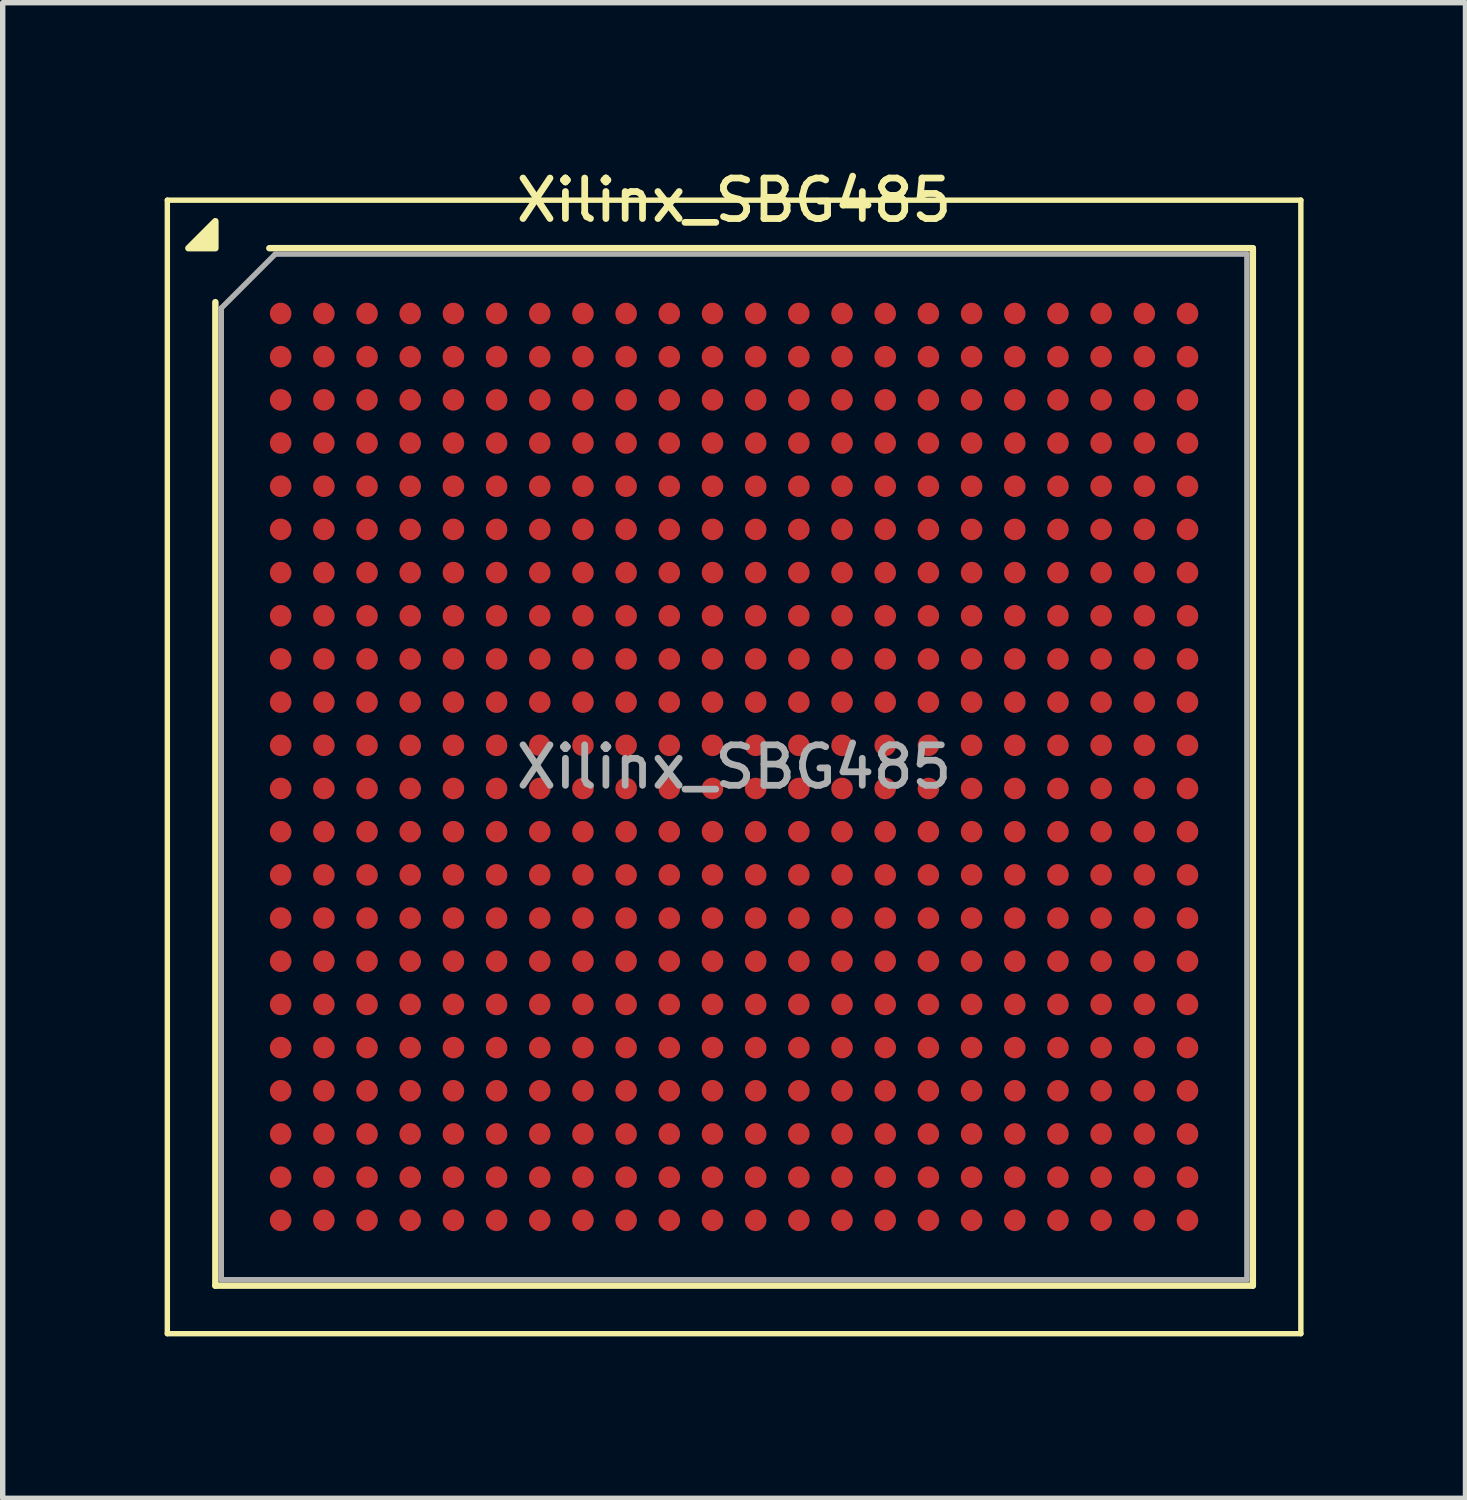
<source format=kicad_pcb>
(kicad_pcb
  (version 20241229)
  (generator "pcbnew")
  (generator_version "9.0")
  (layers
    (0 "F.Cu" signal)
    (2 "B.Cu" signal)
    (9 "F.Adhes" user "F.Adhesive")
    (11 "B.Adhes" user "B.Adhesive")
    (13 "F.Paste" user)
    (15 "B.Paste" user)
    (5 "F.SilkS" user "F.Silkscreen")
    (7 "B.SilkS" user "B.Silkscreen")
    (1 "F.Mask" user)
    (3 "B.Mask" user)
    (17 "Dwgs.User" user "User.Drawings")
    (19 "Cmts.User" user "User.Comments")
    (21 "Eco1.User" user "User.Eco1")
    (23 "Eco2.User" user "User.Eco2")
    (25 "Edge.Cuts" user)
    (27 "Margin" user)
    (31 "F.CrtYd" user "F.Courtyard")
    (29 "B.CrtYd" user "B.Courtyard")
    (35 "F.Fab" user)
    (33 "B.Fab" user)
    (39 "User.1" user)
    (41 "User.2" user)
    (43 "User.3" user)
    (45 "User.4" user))
  (footprint "Xilinx_SBG485"
    (layer "F.Cu")
    (at 10.55 11.158)
    (property "Reference" "Xilinx_SBG485" (at 0 -10.5 0) (layer "F.SilkS") (effects (font (size 0.75 0.75) (thickness 0.125))))
    (attr smd)
    (fp_line (start -10.5 -10.5) (end -10.5 10.5) (stroke (width 0.1) (type solid)) (layer "F.SilkS"))
    (fp_line (start -10.5 10.5) (end 10.5 10.5) (stroke (width 0.1) (type solid)) (layer "F.SilkS"))
    (fp_line (start -9.61 9.61) (end -9.61 -8.61) (stroke (width 0.12) (type solid)) (layer "F.SilkS"))
    (fp_line (start -8.61 -9.61) (end 9.61 -9.61) (stroke (width 0.12) (type solid)) (layer "F.SilkS"))
    (fp_line (start 9.61 -9.61) (end 9.61 9.61) (stroke (width 0.12) (type solid)) (layer "F.SilkS"))
    (fp_line (start 9.61 9.61) (end -9.61 9.61) (stroke (width 0.12) (type solid)) (layer "F.SilkS"))
    (fp_line (start 10.5 -10.5) (end -10.5 -10.5) (stroke (width 0.1) (type solid)) (layer "F.SilkS"))
    (fp_line (start 10.5 10.5) (end 10.5 -10.5) (stroke (width 0.1) (type solid)) (layer "F.SilkS"))
    (fp_poly (pts (xy -9.61 -9.61) (xy -10.11 -9.61) (xy -9.61 -10.11) (xy -9.61 -9.61)) (stroke (width 0.12) (type solid)) (fill yes) (layer "F.SilkS"))
    (fp_line (start -9.5 -8.5) (end -8.5 -9.5) (stroke (width 0.1) (type solid)) (layer "F.Fab"))
    (fp_line (start -9.5 9.5) (end -9.5 -8.5) (stroke (width 0.1) (type solid)) (layer "F.Fab"))
    (fp_line (start -8.5 -9.5) (end 9.5 -9.5) (stroke (width 0.1) (type solid)) (layer "F.Fab"))
    (fp_line (start 9.5 -9.5) (end 9.5 9.5) (stroke (width 0.1) (type solid)) (layer "F.Fab"))
    (fp_line (start 9.5 9.5) (end -9.5 9.5) (stroke (width 0.1) (type solid)) (layer "F.Fab"))
    (fp_text user "${REFERENCE}" (at 0 0 0) (layer "F.Fab") (effects (font (size 0.75 0.75) (thickness 0.125))))
    (pad "A1" smd circle (at -8.4 -8.4) (size 0.4 0.4) (property pad_prop_bga) (layers "F.Cu" "F.Mask" "F.Paste"))
    (pad "A2" smd circle (at -7.6 -8.4) (size 0.4 0.4) (property pad_prop_bga) (layers "F.Cu" "F.Mask" "F.Paste"))
    (pad "A3" smd circle (at -6.8 -8.4) (size 0.4 0.4) (property pad_prop_bga) (layers "F.Cu" "F.Mask" "F.Paste"))
    (pad "A4" smd circle (at -6 -8.4) (size 0.4 0.4) (property pad_prop_bga) (layers "F.Cu" "F.Mask" "F.Paste"))
    (pad "A5" smd circle (at -5.2 -8.4) (size 0.4 0.4) (property pad_prop_bga) (layers "F.Cu" "F.Mask" "F.Paste"))
    (pad "A6" smd circle (at -4.4 -8.4) (size 0.4 0.4) (property pad_prop_bga) (layers "F.Cu" "F.Mask" "F.Paste"))
    (pad "A7" smd circle (at -3.6 -8.4) (size 0.4 0.4) (property pad_prop_bga) (layers "F.Cu" "F.Mask" "F.Paste"))
    (pad "A8" smd circle (at -2.8 -8.4) (size 0.4 0.4) (property pad_prop_bga) (layers "F.Cu" "F.Mask" "F.Paste"))
    (pad "A9" smd circle (at -2 -8.4) (size 0.4 0.4) (property pad_prop_bga) (layers "F.Cu" "F.Mask" "F.Paste"))
    (pad "A10" smd circle (at -1.2 -8.4) (size 0.4 0.4) (property pad_prop_bga) (layers "F.Cu" "F.Mask" "F.Paste"))
    (pad "A11" smd circle (at -0.4 -8.4) (size 0.4 0.4) (property pad_prop_bga) (layers "F.Cu" "F.Mask" "F.Paste"))
    (pad "A12" smd circle (at 0.4 -8.4) (size 0.4 0.4) (property pad_prop_bga) (layers "F.Cu" "F.Mask" "F.Paste"))
    (pad "A13" smd circle (at 1.2 -8.4) (size 0.4 0.4) (property pad_prop_bga) (layers "F.Cu" "F.Mask" "F.Paste"))
    (pad "A14" smd circle (at 2 -8.4) (size 0.4 0.4) (property pad_prop_bga) (layers "F.Cu" "F.Mask" "F.Paste"))
    (pad "A15" smd circle (at 2.8 -8.4) (size 0.4 0.4) (property pad_prop_bga) (layers "F.Cu" "F.Mask" "F.Paste"))
    (pad "A16" smd circle (at 3.6 -8.4) (size 0.4 0.4) (property pad_prop_bga) (layers "F.Cu" "F.Mask" "F.Paste"))
    (pad "A17" smd circle (at 4.4 -8.4) (size 0.4 0.4) (property pad_prop_bga) (layers "F.Cu" "F.Mask" "F.Paste"))
    (pad "A18" smd circle (at 5.2 -8.4) (size 0.4 0.4) (property pad_prop_bga) (layers "F.Cu" "F.Mask" "F.Paste"))
    (pad "A19" smd circle (at 6 -8.4) (size 0.4 0.4) (property pad_prop_bga) (layers "F.Cu" "F.Mask" "F.Paste"))
    (pad "A20" smd circle (at 6.8 -8.4) (size 0.4 0.4) (property pad_prop_bga) (layers "F.Cu" "F.Mask" "F.Paste"))
    (pad "A21" smd circle (at 7.6 -8.4) (size 0.4 0.4) (property pad_prop_bga) (layers "F.Cu" "F.Mask" "F.Paste"))
    (pad "A22" smd circle (at 8.4 -8.4) (size 0.4 0.4) (property pad_prop_bga) (layers "F.Cu" "F.Mask" "F.Paste"))
    (pad "AA1" smd circle (at -8.4 7.6) (size 0.4 0.4) (property pad_prop_bga) (layers "F.Cu" "F.Mask" "F.Paste"))
    (pad "AA2" smd circle (at -7.6 7.6) (size 0.4 0.4) (property pad_prop_bga) (layers "F.Cu" "F.Mask" "F.Paste"))
    (pad "AA3" smd circle (at -6.8 7.6) (size 0.4 0.4) (property pad_prop_bga) (layers "F.Cu" "F.Mask" "F.Paste"))
    (pad "AA4" smd circle (at -6 7.6) (size 0.4 0.4) (property pad_prop_bga) (layers "F.Cu" "F.Mask" "F.Paste"))
    (pad "AA5" smd circle (at -5.2 7.6) (size 0.4 0.4) (property pad_prop_bga) (layers "F.Cu" "F.Mask" "F.Paste"))
    (pad "AA6" smd circle (at -4.4 7.6) (size 0.4 0.4) (property pad_prop_bga) (layers "F.Cu" "F.Mask" "F.Paste"))
    (pad "AA7" smd circle (at -3.6 7.6) (size 0.4 0.4) (property pad_prop_bga) (layers "F.Cu" "F.Mask" "F.Paste"))
    (pad "AA8" smd circle (at -2.8 7.6) (size 0.4 0.4) (property pad_prop_bga) (layers "F.Cu" "F.Mask" "F.Paste"))
    (pad "AA9" smd circle (at -2 7.6) (size 0.4 0.4) (property pad_prop_bga) (layers "F.Cu" "F.Mask" "F.Paste"))
    (pad "AA10" smd circle (at -1.2 7.6) (size 0.4 0.4) (property pad_prop_bga) (layers "F.Cu" "F.Mask" "F.Paste"))
    (pad "AA11" smd circle (at -0.4 7.6) (size 0.4 0.4) (property pad_prop_bga) (layers "F.Cu" "F.Mask" "F.Paste"))
    (pad "AA12" smd circle (at 0.4 7.6) (size 0.4 0.4) (property pad_prop_bga) (layers "F.Cu" "F.Mask" "F.Paste"))
    (pad "AA13" smd circle (at 1.2 7.6) (size 0.4 0.4) (property pad_prop_bga) (layers "F.Cu" "F.Mask" "F.Paste"))
    (pad "AA14" smd circle (at 2 7.6) (size 0.4 0.4) (property pad_prop_bga) (layers "F.Cu" "F.Mask" "F.Paste"))
    (pad "AA15" smd circle (at 2.8 7.6) (size 0.4 0.4) (property pad_prop_bga) (layers "F.Cu" "F.Mask" "F.Paste"))
    (pad "AA16" smd circle (at 3.6 7.6) (size 0.4 0.4) (property pad_prop_bga) (layers "F.Cu" "F.Mask" "F.Paste"))
    (pad "AA17" smd circle (at 4.4 7.6) (size 0.4 0.4) (property pad_prop_bga) (layers "F.Cu" "F.Mask" "F.Paste"))
    (pad "AA18" smd circle (at 5.2 7.6) (size 0.4 0.4) (property pad_prop_bga) (layers "F.Cu" "F.Mask" "F.Paste"))
    (pad "AA19" smd circle (at 6 7.6) (size 0.4 0.4) (property pad_prop_bga) (layers "F.Cu" "F.Mask" "F.Paste"))
    (pad "AA20" smd circle (at 6.8 7.6) (size 0.4 0.4) (property pad_prop_bga) (layers "F.Cu" "F.Mask" "F.Paste"))
    (pad "AA21" smd circle (at 7.6 7.6) (size 0.4 0.4) (property pad_prop_bga) (layers "F.Cu" "F.Mask" "F.Paste"))
    (pad "AA22" smd circle (at 8.4 7.6) (size 0.4 0.4) (property pad_prop_bga) (layers "F.Cu" "F.Mask" "F.Paste"))
    (pad "AB1" smd circle (at -8.4 8.4) (size 0.4 0.4) (property pad_prop_bga) (layers "F.Cu" "F.Mask" "F.Paste"))
    (pad "AB2" smd circle (at -7.6 8.4) (size 0.4 0.4) (property pad_prop_bga) (layers "F.Cu" "F.Mask" "F.Paste"))
    (pad "AB3" smd circle (at -6.8 8.4) (size 0.4 0.4) (property pad_prop_bga) (layers "F.Cu" "F.Mask" "F.Paste"))
    (pad "AB4" smd circle (at -6 8.4) (size 0.4 0.4) (property pad_prop_bga) (layers "F.Cu" "F.Mask" "F.Paste"))
    (pad "AB5" smd circle (at -5.2 8.4) (size 0.4 0.4) (property pad_prop_bga) (layers "F.Cu" "F.Mask" "F.Paste"))
    (pad "AB6" smd circle (at -4.4 8.4) (size 0.4 0.4) (property pad_prop_bga) (layers "F.Cu" "F.Mask" "F.Paste"))
    (pad "AB7" smd circle (at -3.6 8.4) (size 0.4 0.4) (property pad_prop_bga) (layers "F.Cu" "F.Mask" "F.Paste"))
    (pad "AB8" smd circle (at -2.8 8.4) (size 0.4 0.4) (property pad_prop_bga) (layers "F.Cu" "F.Mask" "F.Paste"))
    (pad "AB9" smd circle (at -2 8.4) (size 0.4 0.4) (property pad_prop_bga) (layers "F.Cu" "F.Mask" "F.Paste"))
    (pad "AB10" smd circle (at -1.2 8.4) (size 0.4 0.4) (property pad_prop_bga) (layers "F.Cu" "F.Mask" "F.Paste"))
    (pad "AB11" smd circle (at -0.4 8.4) (size 0.4 0.4) (property pad_prop_bga) (layers "F.Cu" "F.Mask" "F.Paste"))
    (pad "AB12" smd circle (at 0.4 8.4) (size 0.4 0.4) (property pad_prop_bga) (layers "F.Cu" "F.Mask" "F.Paste"))
    (pad "AB13" smd circle (at 1.2 8.4) (size 0.4 0.4) (property pad_prop_bga) (layers "F.Cu" "F.Mask" "F.Paste"))
    (pad "AB14" smd circle (at 2 8.4) (size 0.4 0.4) (property pad_prop_bga) (layers "F.Cu" "F.Mask" "F.Paste"))
    (pad "AB15" smd circle (at 2.8 8.4) (size 0.4 0.4) (property pad_prop_bga) (layers "F.Cu" "F.Mask" "F.Paste"))
    (pad "AB16" smd circle (at 3.6 8.4) (size 0.4 0.4) (property pad_prop_bga) (layers "F.Cu" "F.Mask" "F.Paste"))
    (pad "AB17" smd circle (at 4.4 8.4) (size 0.4 0.4) (property pad_prop_bga) (layers "F.Cu" "F.Mask" "F.Paste"))
    (pad "AB18" smd circle (at 5.2 8.4) (size 0.4 0.4) (property pad_prop_bga) (layers "F.Cu" "F.Mask" "F.Paste"))
    (pad "AB19" smd circle (at 6 8.4) (size 0.4 0.4) (property pad_prop_bga) (layers "F.Cu" "F.Mask" "F.Paste"))
    (pad "AB20" smd circle (at 6.8 8.4) (size 0.4 0.4) (property pad_prop_bga) (layers "F.Cu" "F.Mask" "F.Paste"))
    (pad "AB21" smd circle (at 7.6 8.4) (size 0.4 0.4) (property pad_prop_bga) (layers "F.Cu" "F.Mask" "F.Paste"))
    (pad "AB22" smd circle (at 8.4 8.4) (size 0.4 0.4) (property pad_prop_bga) (layers "F.Cu" "F.Mask" "F.Paste"))
    (pad "B1" smd circle (at -8.4 -7.6) (size 0.4 0.4) (property pad_prop_bga) (layers "F.Cu" "F.Mask" "F.Paste"))
    (pad "B2" smd circle (at -7.6 -7.6) (size 0.4 0.4) (property pad_prop_bga) (layers "F.Cu" "F.Mask" "F.Paste"))
    (pad "B3" smd circle (at -6.8 -7.6) (size 0.4 0.4) (property pad_prop_bga) (layers "F.Cu" "F.Mask" "F.Paste"))
    (pad "B4" smd circle (at -6 -7.6) (size 0.4 0.4) (property pad_prop_bga) (layers "F.Cu" "F.Mask" "F.Paste"))
    (pad "B5" smd circle (at -5.2 -7.6) (size 0.4 0.4) (property pad_prop_bga) (layers "F.Cu" "F.Mask" "F.Paste"))
    (pad "B6" smd circle (at -4.4 -7.6) (size 0.4 0.4) (property pad_prop_bga) (layers "F.Cu" "F.Mask" "F.Paste"))
    (pad "B7" smd circle (at -3.6 -7.6) (size 0.4 0.4) (property pad_prop_bga) (layers "F.Cu" "F.Mask" "F.Paste"))
    (pad "B8" smd circle (at -2.8 -7.6) (size 0.4 0.4) (property pad_prop_bga) (layers "F.Cu" "F.Mask" "F.Paste"))
    (pad "B9" smd circle (at -2 -7.6) (size 0.4 0.4) (property pad_prop_bga) (layers "F.Cu" "F.Mask" "F.Paste"))
    (pad "B10" smd circle (at -1.2 -7.6) (size 0.4 0.4) (property pad_prop_bga) (layers "F.Cu" "F.Mask" "F.Paste"))
    (pad "B11" smd circle (at -0.4 -7.6) (size 0.4 0.4) (property pad_prop_bga) (layers "F.Cu" "F.Mask" "F.Paste"))
    (pad "B12" smd circle (at 0.4 -7.6) (size 0.4 0.4) (property pad_prop_bga) (layers "F.Cu" "F.Mask" "F.Paste"))
    (pad "B13" smd circle (at 1.2 -7.6) (size 0.4 0.4) (property pad_prop_bga) (layers "F.Cu" "F.Mask" "F.Paste"))
    (pad "B14" smd circle (at 2 -7.6) (size 0.4 0.4) (property pad_prop_bga) (layers "F.Cu" "F.Mask" "F.Paste"))
    (pad "B15" smd circle (at 2.8 -7.6) (size 0.4 0.4) (property pad_prop_bga) (layers "F.Cu" "F.Mask" "F.Paste"))
    (pad "B16" smd circle (at 3.6 -7.6) (size 0.4 0.4) (property pad_prop_bga) (layers "F.Cu" "F.Mask" "F.Paste"))
    (pad "B17" smd circle (at 4.4 -7.6) (size 0.4 0.4) (property pad_prop_bga) (layers "F.Cu" "F.Mask" "F.Paste"))
    (pad "B18" smd circle (at 5.2 -7.6) (size 0.4 0.4) (property pad_prop_bga) (layers "F.Cu" "F.Mask" "F.Paste"))
    (pad "B19" smd circle (at 6 -7.6) (size 0.4 0.4) (property pad_prop_bga) (layers "F.Cu" "F.Mask" "F.Paste"))
    (pad "B20" smd circle (at 6.8 -7.6) (size 0.4 0.4) (property pad_prop_bga) (layers "F.Cu" "F.Mask" "F.Paste"))
    (pad "B21" smd circle (at 7.6 -7.6) (size 0.4 0.4) (property pad_prop_bga) (layers "F.Cu" "F.Mask" "F.Paste"))
    (pad "B22" smd circle (at 8.4 -7.6) (size 0.4 0.4) (property pad_prop_bga) (layers "F.Cu" "F.Mask" "F.Paste"))
    (pad "C1" smd circle (at -8.4 -6.8) (size 0.4 0.4) (property pad_prop_bga) (layers "F.Cu" "F.Mask" "F.Paste"))
    (pad "C2" smd circle (at -7.6 -6.8) (size 0.4 0.4) (property pad_prop_bga) (layers "F.Cu" "F.Mask" "F.Paste"))
    (pad "C3" smd circle (at -6.8 -6.8) (size 0.4 0.4) (property pad_prop_bga) (layers "F.Cu" "F.Mask" "F.Paste"))
    (pad "C4" smd circle (at -6 -6.8) (size 0.4 0.4) (property pad_prop_bga) (layers "F.Cu" "F.Mask" "F.Paste"))
    (pad "C5" smd circle (at -5.2 -6.8) (size 0.4 0.4) (property pad_prop_bga) (layers "F.Cu" "F.Mask" "F.Paste"))
    (pad "C6" smd circle (at -4.4 -6.8) (size 0.4 0.4) (property pad_prop_bga) (layers "F.Cu" "F.Mask" "F.Paste"))
    (pad "C7" smd circle (at -3.6 -6.8) (size 0.4 0.4) (property pad_prop_bga) (layers "F.Cu" "F.Mask" "F.Paste"))
    (pad "C8" smd circle (at -2.8 -6.8) (size 0.4 0.4) (property pad_prop_bga) (layers "F.Cu" "F.Mask" "F.Paste"))
    (pad "C9" smd circle (at -2 -6.8) (size 0.4 0.4) (property pad_prop_bga) (layers "F.Cu" "F.Mask" "F.Paste"))
    (pad "C10" smd circle (at -1.2 -6.8) (size 0.4 0.4) (property pad_prop_bga) (layers "F.Cu" "F.Mask" "F.Paste"))
    (pad "C11" smd circle (at -0.4 -6.8) (size 0.4 0.4) (property pad_prop_bga) (layers "F.Cu" "F.Mask" "F.Paste"))
    (pad "C12" smd circle (at 0.4 -6.8) (size 0.4 0.4) (property pad_prop_bga) (layers "F.Cu" "F.Mask" "F.Paste"))
    (pad "C13" smd circle (at 1.2 -6.8) (size 0.4 0.4) (property pad_prop_bga) (layers "F.Cu" "F.Mask" "F.Paste"))
    (pad "C14" smd circle (at 2 -6.8) (size 0.4 0.4) (property pad_prop_bga) (layers "F.Cu" "F.Mask" "F.Paste"))
    (pad "C15" smd circle (at 2.8 -6.8) (size 0.4 0.4) (property pad_prop_bga) (layers "F.Cu" "F.Mask" "F.Paste"))
    (pad "C16" smd circle (at 3.6 -6.8) (size 0.4 0.4) (property pad_prop_bga) (layers "F.Cu" "F.Mask" "F.Paste"))
    (pad "C17" smd circle (at 4.4 -6.8) (size 0.4 0.4) (property pad_prop_bga) (layers "F.Cu" "F.Mask" "F.Paste"))
    (pad "C18" smd circle (at 5.2 -6.8) (size 0.4 0.4) (property pad_prop_bga) (layers "F.Cu" "F.Mask" "F.Paste"))
    (pad "C19" smd circle (at 6 -6.8) (size 0.4 0.4) (property pad_prop_bga) (layers "F.Cu" "F.Mask" "F.Paste"))
    (pad "C20" smd circle (at 6.8 -6.8) (size 0.4 0.4) (property pad_prop_bga) (layers "F.Cu" "F.Mask" "F.Paste"))
    (pad "C21" smd circle (at 7.6 -6.8) (size 0.4 0.4) (property pad_prop_bga) (layers "F.Cu" "F.Mask" "F.Paste"))
    (pad "C22" smd circle (at 8.4 -6.8) (size 0.4 0.4) (property pad_prop_bga) (layers "F.Cu" "F.Mask" "F.Paste"))
    (pad "D1" smd circle (at -8.4 -6) (size 0.4 0.4) (property pad_prop_bga) (layers "F.Cu" "F.Mask" "F.Paste"))
    (pad "D2" smd circle (at -7.6 -6) (size 0.4 0.4) (property pad_prop_bga) (layers "F.Cu" "F.Mask" "F.Paste"))
    (pad "D3" smd circle (at -6.8 -6) (size 0.4 0.4) (property pad_prop_bga) (layers "F.Cu" "F.Mask" "F.Paste"))
    (pad "D4" smd circle (at -6 -6) (size 0.4 0.4) (property pad_prop_bga) (layers "F.Cu" "F.Mask" "F.Paste"))
    (pad "D5" smd circle (at -5.2 -6) (size 0.4 0.4) (property pad_prop_bga) (layers "F.Cu" "F.Mask" "F.Paste"))
    (pad "D6" smd circle (at -4.4 -6) (size 0.4 0.4) (property pad_prop_bga) (layers "F.Cu" "F.Mask" "F.Paste"))
    (pad "D7" smd circle (at -3.6 -6) (size 0.4 0.4) (property pad_prop_bga) (layers "F.Cu" "F.Mask" "F.Paste"))
    (pad "D8" smd circle (at -2.8 -6) (size 0.4 0.4) (property pad_prop_bga) (layers "F.Cu" "F.Mask" "F.Paste"))
    (pad "D9" smd circle (at -2 -6) (size 0.4 0.4) (property pad_prop_bga) (layers "F.Cu" "F.Mask" "F.Paste"))
    (pad "D10" smd circle (at -1.2 -6) (size 0.4 0.4) (property pad_prop_bga) (layers "F.Cu" "F.Mask" "F.Paste"))
    (pad "D11" smd circle (at -0.4 -6) (size 0.4 0.4) (property pad_prop_bga) (layers "F.Cu" "F.Mask" "F.Paste"))
    (pad "D12" smd circle (at 0.4 -6) (size 0.4 0.4) (property pad_prop_bga) (layers "F.Cu" "F.Mask" "F.Paste"))
    (pad "D13" smd circle (at 1.2 -6) (size 0.4 0.4) (property pad_prop_bga) (layers "F.Cu" "F.Mask" "F.Paste"))
    (pad "D14" smd circle (at 2 -6) (size 0.4 0.4) (property pad_prop_bga) (layers "F.Cu" "F.Mask" "F.Paste"))
    (pad "D15" smd circle (at 2.8 -6) (size 0.4 0.4) (property pad_prop_bga) (layers "F.Cu" "F.Mask" "F.Paste"))
    (pad "D16" smd circle (at 3.6 -6) (size 0.4 0.4) (property pad_prop_bga) (layers "F.Cu" "F.Mask" "F.Paste"))
    (pad "D17" smd circle (at 4.4 -6) (size 0.4 0.4) (property pad_prop_bga) (layers "F.Cu" "F.Mask" "F.Paste"))
    (pad "D18" smd circle (at 5.2 -6) (size 0.4 0.4) (property pad_prop_bga) (layers "F.Cu" "F.Mask" "F.Paste"))
    (pad "D19" smd circle (at 6 -6) (size 0.4 0.4) (property pad_prop_bga) (layers "F.Cu" "F.Mask" "F.Paste"))
    (pad "D20" smd circle (at 6.8 -6) (size 0.4 0.4) (property pad_prop_bga) (layers "F.Cu" "F.Mask" "F.Paste"))
    (pad "D21" smd circle (at 7.6 -6) (size 0.4 0.4) (property pad_prop_bga) (layers "F.Cu" "F.Mask" "F.Paste"))
    (pad "D22" smd circle (at 8.4 -6) (size 0.4 0.4) (property pad_prop_bga) (layers "F.Cu" "F.Mask" "F.Paste"))
    (pad "E1" smd circle (at -8.4 -5.2) (size 0.4 0.4) (property pad_prop_bga) (layers "F.Cu" "F.Mask" "F.Paste"))
    (pad "E2" smd circle (at -7.6 -5.2) (size 0.4 0.4) (property pad_prop_bga) (layers "F.Cu" "F.Mask" "F.Paste"))
    (pad "E3" smd circle (at -6.8 -5.2) (size 0.4 0.4) (property pad_prop_bga) (layers "F.Cu" "F.Mask" "F.Paste"))
    (pad "E4" smd circle (at -6 -5.2) (size 0.4 0.4) (property pad_prop_bga) (layers "F.Cu" "F.Mask" "F.Paste"))
    (pad "E5" smd circle (at -5.2 -5.2) (size 0.4 0.4) (property pad_prop_bga) (layers "F.Cu" "F.Mask" "F.Paste"))
    (pad "E6" smd circle (at -4.4 -5.2) (size 0.4 0.4) (property pad_prop_bga) (layers "F.Cu" "F.Mask" "F.Paste"))
    (pad "E7" smd circle (at -3.6 -5.2) (size 0.4 0.4) (property pad_prop_bga) (layers "F.Cu" "F.Mask" "F.Paste"))
    (pad "E8" smd circle (at -2.8 -5.2) (size 0.4 0.4) (property pad_prop_bga) (layers "F.Cu" "F.Mask" "F.Paste"))
    (pad "E9" smd circle (at -2 -5.2) (size 0.4 0.4) (property pad_prop_bga) (layers "F.Cu" "F.Mask" "F.Paste"))
    (pad "E10" smd circle (at -1.2 -5.2) (size 0.4 0.4) (property pad_prop_bga) (layers "F.Cu" "F.Mask" "F.Paste"))
    (pad "E11" smd circle (at -0.4 -5.2) (size 0.4 0.4) (property pad_prop_bga) (layers "F.Cu" "F.Mask" "F.Paste"))
    (pad "E12" smd circle (at 0.4 -5.2) (size 0.4 0.4) (property pad_prop_bga) (layers "F.Cu" "F.Mask" "F.Paste"))
    (pad "E13" smd circle (at 1.2 -5.2) (size 0.4 0.4) (property pad_prop_bga) (layers "F.Cu" "F.Mask" "F.Paste"))
    (pad "E14" smd circle (at 2 -5.2) (size 0.4 0.4) (property pad_prop_bga) (layers "F.Cu" "F.Mask" "F.Paste"))
    (pad "E15" smd circle (at 2.8 -5.2) (size 0.4 0.4) (property pad_prop_bga) (layers "F.Cu" "F.Mask" "F.Paste"))
    (pad "E16" smd circle (at 3.6 -5.2) (size 0.4 0.4) (property pad_prop_bga) (layers "F.Cu" "F.Mask" "F.Paste"))
    (pad "E17" smd circle (at 4.4 -5.2) (size 0.4 0.4) (property pad_prop_bga) (layers "F.Cu" "F.Mask" "F.Paste"))
    (pad "E18" smd circle (at 5.2 -5.2) (size 0.4 0.4) (property pad_prop_bga) (layers "F.Cu" "F.Mask" "F.Paste"))
    (pad "E19" smd circle (at 6 -5.2) (size 0.4 0.4) (property pad_prop_bga) (layers "F.Cu" "F.Mask" "F.Paste"))
    (pad "E20" smd circle (at 6.8 -5.2) (size 0.4 0.4) (property pad_prop_bga) (layers "F.Cu" "F.Mask" "F.Paste"))
    (pad "E21" smd circle (at 7.6 -5.2) (size 0.4 0.4) (property pad_prop_bga) (layers "F.Cu" "F.Mask" "F.Paste"))
    (pad "E22" smd circle (at 8.4 -5.2) (size 0.4 0.4) (property pad_prop_bga) (layers "F.Cu" "F.Mask" "F.Paste"))
    (pad "F1" smd circle (at -8.4 -4.4) (size 0.4 0.4) (property pad_prop_bga) (layers "F.Cu" "F.Mask" "F.Paste"))
    (pad "F2" smd circle (at -7.6 -4.4) (size 0.4 0.4) (property pad_prop_bga) (layers "F.Cu" "F.Mask" "F.Paste"))
    (pad "F3" smd circle (at -6.8 -4.4) (size 0.4 0.4) (property pad_prop_bga) (layers "F.Cu" "F.Mask" "F.Paste"))
    (pad "F4" smd circle (at -6 -4.4) (size 0.4 0.4) (property pad_prop_bga) (layers "F.Cu" "F.Mask" "F.Paste"))
    (pad "F5" smd circle (at -5.2 -4.4) (size 0.4 0.4) (property pad_prop_bga) (layers "F.Cu" "F.Mask" "F.Paste"))
    (pad "F6" smd circle (at -4.4 -4.4) (size 0.4 0.4) (property pad_prop_bga) (layers "F.Cu" "F.Mask" "F.Paste"))
    (pad "F7" smd circle (at -3.6 -4.4) (size 0.4 0.4) (property pad_prop_bga) (layers "F.Cu" "F.Mask" "F.Paste"))
    (pad "F8" smd circle (at -2.8 -4.4) (size 0.4 0.4) (property pad_prop_bga) (layers "F.Cu" "F.Mask" "F.Paste"))
    (pad "F9" smd circle (at -2 -4.4) (size 0.4 0.4) (property pad_prop_bga) (layers "F.Cu" "F.Mask" "F.Paste"))
    (pad "F10" smd circle (at -1.2 -4.4) (size 0.4 0.4) (property pad_prop_bga) (layers "F.Cu" "F.Mask" "F.Paste"))
    (pad "F11" smd circle (at -0.4 -4.4) (size 0.4 0.4) (property pad_prop_bga) (layers "F.Cu" "F.Mask" "F.Paste"))
    (pad "F12" smd circle (at 0.4 -4.4) (size 0.4 0.4) (property pad_prop_bga) (layers "F.Cu" "F.Mask" "F.Paste"))
    (pad "F13" smd circle (at 1.2 -4.4) (size 0.4 0.4) (property pad_prop_bga) (layers "F.Cu" "F.Mask" "F.Paste"))
    (pad "F14" smd circle (at 2 -4.4) (size 0.4 0.4) (property pad_prop_bga) (layers "F.Cu" "F.Mask" "F.Paste"))
    (pad "F15" smd circle (at 2.8 -4.4) (size 0.4 0.4) (property pad_prop_bga) (layers "F.Cu" "F.Mask" "F.Paste"))
    (pad "F16" smd circle (at 3.6 -4.4) (size 0.4 0.4) (property pad_prop_bga) (layers "F.Cu" "F.Mask" "F.Paste"))
    (pad "F17" smd circle (at 4.4 -4.4) (size 0.4 0.4) (property pad_prop_bga) (layers "F.Cu" "F.Mask" "F.Paste"))
    (pad "F18" smd circle (at 5.2 -4.4) (size 0.4 0.4) (property pad_prop_bga) (layers "F.Cu" "F.Mask" "F.Paste"))
    (pad "F19" smd circle (at 6 -4.4) (size 0.4 0.4) (property pad_prop_bga) (layers "F.Cu" "F.Mask" "F.Paste"))
    (pad "F20" smd circle (at 6.8 -4.4) (size 0.4 0.4) (property pad_prop_bga) (layers "F.Cu" "F.Mask" "F.Paste"))
    (pad "F21" smd circle (at 7.6 -4.4) (size 0.4 0.4) (property pad_prop_bga) (layers "F.Cu" "F.Mask" "F.Paste"))
    (pad "F22" smd circle (at 8.4 -4.4) (size 0.4 0.4) (property pad_prop_bga) (layers "F.Cu" "F.Mask" "F.Paste"))
    (pad "G1" smd circle (at -8.4 -3.6) (size 0.4 0.4) (property pad_prop_bga) (layers "F.Cu" "F.Mask" "F.Paste"))
    (pad "G2" smd circle (at -7.6 -3.6) (size 0.4 0.4) (property pad_prop_bga) (layers "F.Cu" "F.Mask" "F.Paste"))
    (pad "G3" smd circle (at -6.8 -3.6) (size 0.4 0.4) (property pad_prop_bga) (layers "F.Cu" "F.Mask" "F.Paste"))
    (pad "G4" smd circle (at -6 -3.6) (size 0.4 0.4) (property pad_prop_bga) (layers "F.Cu" "F.Mask" "F.Paste"))
    (pad "G5" smd circle (at -5.2 -3.6) (size 0.4 0.4) (property pad_prop_bga) (layers "F.Cu" "F.Mask" "F.Paste"))
    (pad "G6" smd circle (at -4.4 -3.6) (size 0.4 0.4) (property pad_prop_bga) (layers "F.Cu" "F.Mask" "F.Paste"))
    (pad "G7" smd circle (at -3.6 -3.6) (size 0.4 0.4) (property pad_prop_bga) (layers "F.Cu" "F.Mask" "F.Paste"))
    (pad "G8" smd circle (at -2.8 -3.6) (size 0.4 0.4) (property pad_prop_bga) (layers "F.Cu" "F.Mask" "F.Paste"))
    (pad "G9" smd circle (at -2 -3.6) (size 0.4 0.4) (property pad_prop_bga) (layers "F.Cu" "F.Mask" "F.Paste"))
    (pad "G10" smd circle (at -1.2 -3.6) (size 0.4 0.4) (property pad_prop_bga) (layers "F.Cu" "F.Mask" "F.Paste"))
    (pad "G11" smd circle (at -0.4 -3.6) (size 0.4 0.4) (property pad_prop_bga) (layers "F.Cu" "F.Mask" "F.Paste"))
    (pad "G12" smd circle (at 0.4 -3.6) (size 0.4 0.4) (property pad_prop_bga) (layers "F.Cu" "F.Mask" "F.Paste"))
    (pad "G13" smd circle (at 1.2 -3.6) (size 0.4 0.4) (property pad_prop_bga) (layers "F.Cu" "F.Mask" "F.Paste"))
    (pad "G14" smd circle (at 2 -3.6) (size 0.4 0.4) (property pad_prop_bga) (layers "F.Cu" "F.Mask" "F.Paste"))
    (pad "G15" smd circle (at 2.8 -3.6) (size 0.4 0.4) (property pad_prop_bga) (layers "F.Cu" "F.Mask" "F.Paste"))
    (pad "G16" smd circle (at 3.6 -3.6) (size 0.4 0.4) (property pad_prop_bga) (layers "F.Cu" "F.Mask" "F.Paste"))
    (pad "G17" smd circle (at 4.4 -3.6) (size 0.4 0.4) (property pad_prop_bga) (layers "F.Cu" "F.Mask" "F.Paste"))
    (pad "G18" smd circle (at 5.2 -3.6) (size 0.4 0.4) (property pad_prop_bga) (layers "F.Cu" "F.Mask" "F.Paste"))
    (pad "G19" smd circle (at 6 -3.6) (size 0.4 0.4) (property pad_prop_bga) (layers "F.Cu" "F.Mask" "F.Paste"))
    (pad "G20" smd circle (at 6.8 -3.6) (size 0.4 0.4) (property pad_prop_bga) (layers "F.Cu" "F.Mask" "F.Paste"))
    (pad "G21" smd circle (at 7.6 -3.6) (size 0.4 0.4) (property pad_prop_bga) (layers "F.Cu" "F.Mask" "F.Paste"))
    (pad "G22" smd circle (at 8.4 -3.6) (size 0.4 0.4) (property pad_prop_bga) (layers "F.Cu" "F.Mask" "F.Paste"))
    (pad "H1" smd circle (at -8.4 -2.8) (size 0.4 0.4) (property pad_prop_bga) (layers "F.Cu" "F.Mask" "F.Paste"))
    (pad "H2" smd circle (at -7.6 -2.8) (size 0.4 0.4) (property pad_prop_bga) (layers "F.Cu" "F.Mask" "F.Paste"))
    (pad "H3" smd circle (at -6.8 -2.8) (size 0.4 0.4) (property pad_prop_bga) (layers "F.Cu" "F.Mask" "F.Paste"))
    (pad "H4" smd circle (at -6 -2.8) (size 0.4 0.4) (property pad_prop_bga) (layers "F.Cu" "F.Mask" "F.Paste"))
    (pad "H5" smd circle (at -5.2 -2.8) (size 0.4 0.4) (property pad_prop_bga) (layers "F.Cu" "F.Mask" "F.Paste"))
    (pad "H6" smd circle (at -4.4 -2.8) (size 0.4 0.4) (property pad_prop_bga) (layers "F.Cu" "F.Mask" "F.Paste"))
    (pad "H7" smd circle (at -3.6 -2.8) (size 0.4 0.4) (property pad_prop_bga) (layers "F.Cu" "F.Mask" "F.Paste"))
    (pad "H8" smd circle (at -2.8 -2.8) (size 0.4 0.4) (property pad_prop_bga) (layers "F.Cu" "F.Mask" "F.Paste"))
    (pad "H9" smd circle (at -2 -2.8) (size 0.4 0.4) (property pad_prop_bga) (layers "F.Cu" "F.Mask" "F.Paste"))
    (pad "H10" smd circle (at -1.2 -2.8) (size 0.4 0.4) (property pad_prop_bga) (layers "F.Cu" "F.Mask" "F.Paste"))
    (pad "H11" smd circle (at -0.4 -2.8) (size 0.4 0.4) (property pad_prop_bga) (layers "F.Cu" "F.Mask" "F.Paste"))
    (pad "H12" smd circle (at 0.4 -2.8) (size 0.4 0.4) (property pad_prop_bga) (layers "F.Cu" "F.Mask" "F.Paste"))
    (pad "H13" smd circle (at 1.2 -2.8) (size 0.4 0.4) (property pad_prop_bga) (layers "F.Cu" "F.Mask" "F.Paste"))
    (pad "H14" smd circle (at 2 -2.8) (size 0.4 0.4) (property pad_prop_bga) (layers "F.Cu" "F.Mask" "F.Paste"))
    (pad "H15" smd circle (at 2.8 -2.8) (size 0.4 0.4) (property pad_prop_bga) (layers "F.Cu" "F.Mask" "F.Paste"))
    (pad "H16" smd circle (at 3.6 -2.8) (size 0.4 0.4) (property pad_prop_bga) (layers "F.Cu" "F.Mask" "F.Paste"))
    (pad "H17" smd circle (at 4.4 -2.8) (size 0.4 0.4) (property pad_prop_bga) (layers "F.Cu" "F.Mask" "F.Paste"))
    (pad "H18" smd circle (at 5.2 -2.8) (size 0.4 0.4) (property pad_prop_bga) (layers "F.Cu" "F.Mask" "F.Paste"))
    (pad "H19" smd circle (at 6 -2.8) (size 0.4 0.4) (property pad_prop_bga) (layers "F.Cu" "F.Mask" "F.Paste"))
    (pad "H20" smd circle (at 6.8 -2.8) (size 0.4 0.4) (property pad_prop_bga) (layers "F.Cu" "F.Mask" "F.Paste"))
    (pad "H21" smd circle (at 7.6 -2.8) (size 0.4 0.4) (property pad_prop_bga) (layers "F.Cu" "F.Mask" "F.Paste"))
    (pad "H22" smd circle (at 8.4 -2.8) (size 0.4 0.4) (property pad_prop_bga) (layers "F.Cu" "F.Mask" "F.Paste"))
    (pad "J1" smd circle (at -8.4 -2) (size 0.4 0.4) (property pad_prop_bga) (layers "F.Cu" "F.Mask" "F.Paste"))
    (pad "J2" smd circle (at -7.6 -2) (size 0.4 0.4) (property pad_prop_bga) (layers "F.Cu" "F.Mask" "F.Paste"))
    (pad "J3" smd circle (at -6.8 -2) (size 0.4 0.4) (property pad_prop_bga) (layers "F.Cu" "F.Mask" "F.Paste"))
    (pad "J4" smd circle (at -6 -2) (size 0.4 0.4) (property pad_prop_bga) (layers "F.Cu" "F.Mask" "F.Paste"))
    (pad "J5" smd circle (at -5.2 -2) (size 0.4 0.4) (property pad_prop_bga) (layers "F.Cu" "F.Mask" "F.Paste"))
    (pad "J6" smd circle (at -4.4 -2) (size 0.4 0.4) (property pad_prop_bga) (layers "F.Cu" "F.Mask" "F.Paste"))
    (pad "J7" smd circle (at -3.6 -2) (size 0.4 0.4) (property pad_prop_bga) (layers "F.Cu" "F.Mask" "F.Paste"))
    (pad "J8" smd circle (at -2.8 -2) (size 0.4 0.4) (property pad_prop_bga) (layers "F.Cu" "F.Mask" "F.Paste"))
    (pad "J9" smd circle (at -2 -2) (size 0.4 0.4) (property pad_prop_bga) (layers "F.Cu" "F.Mask" "F.Paste"))
    (pad "J10" smd circle (at -1.2 -2) (size 0.4 0.4) (property pad_prop_bga) (layers "F.Cu" "F.Mask" "F.Paste"))
    (pad "J11" smd circle (at -0.4 -2) (size 0.4 0.4) (property pad_prop_bga) (layers "F.Cu" "F.Mask" "F.Paste"))
    (pad "J12" smd circle (at 0.4 -2) (size 0.4 0.4) (property pad_prop_bga) (layers "F.Cu" "F.Mask" "F.Paste"))
    (pad "J13" smd circle (at 1.2 -2) (size 0.4 0.4) (property pad_prop_bga) (layers "F.Cu" "F.Mask" "F.Paste"))
    (pad "J14" smd circle (at 2 -2) (size 0.4 0.4) (property pad_prop_bga) (layers "F.Cu" "F.Mask" "F.Paste"))
    (pad "J15" smd circle (at 2.8 -2) (size 0.4 0.4) (property pad_prop_bga) (layers "F.Cu" "F.Mask" "F.Paste"))
    (pad "J16" smd circle (at 3.6 -2) (size 0.4 0.4) (property pad_prop_bga) (layers "F.Cu" "F.Mask" "F.Paste"))
    (pad "J17" smd circle (at 4.4 -2) (size 0.4 0.4) (property pad_prop_bga) (layers "F.Cu" "F.Mask" "F.Paste"))
    (pad "J18" smd circle (at 5.2 -2) (size 0.4 0.4) (property pad_prop_bga) (layers "F.Cu" "F.Mask" "F.Paste"))
    (pad "J19" smd circle (at 6 -2) (size 0.4 0.4) (property pad_prop_bga) (layers "F.Cu" "F.Mask" "F.Paste"))
    (pad "J20" smd circle (at 6.8 -2) (size 0.4 0.4) (property pad_prop_bga) (layers "F.Cu" "F.Mask" "F.Paste"))
    (pad "J21" smd circle (at 7.6 -2) (size 0.4 0.4) (property pad_prop_bga) (layers "F.Cu" "F.Mask" "F.Paste"))
    (pad "J22" smd circle (at 8.4 -2) (size 0.4 0.4) (property pad_prop_bga) (layers "F.Cu" "F.Mask" "F.Paste"))
    (pad "K1" smd circle (at -8.4 -1.2) (size 0.4 0.4) (property pad_prop_bga) (layers "F.Cu" "F.Mask" "F.Paste"))
    (pad "K2" smd circle (at -7.6 -1.2) (size 0.4 0.4) (property pad_prop_bga) (layers "F.Cu" "F.Mask" "F.Paste"))
    (pad "K3" smd circle (at -6.8 -1.2) (size 0.4 0.4) (property pad_prop_bga) (layers "F.Cu" "F.Mask" "F.Paste"))
    (pad "K4" smd circle (at -6 -1.2) (size 0.4 0.4) (property pad_prop_bga) (layers "F.Cu" "F.Mask" "F.Paste"))
    (pad "K5" smd circle (at -5.2 -1.2) (size 0.4 0.4) (property pad_prop_bga) (layers "F.Cu" "F.Mask" "F.Paste"))
    (pad "K6" smd circle (at -4.4 -1.2) (size 0.4 0.4) (property pad_prop_bga) (layers "F.Cu" "F.Mask" "F.Paste"))
    (pad "K7" smd circle (at -3.6 -1.2) (size 0.4 0.4) (property pad_prop_bga) (layers "F.Cu" "F.Mask" "F.Paste"))
    (pad "K8" smd circle (at -2.8 -1.2) (size 0.4 0.4) (property pad_prop_bga) (layers "F.Cu" "F.Mask" "F.Paste"))
    (pad "K9" smd circle (at -2 -1.2) (size 0.4 0.4) (property pad_prop_bga) (layers "F.Cu" "F.Mask" "F.Paste"))
    (pad "K10" smd circle (at -1.2 -1.2) (size 0.4 0.4) (property pad_prop_bga) (layers "F.Cu" "F.Mask" "F.Paste"))
    (pad "K11" smd circle (at -0.4 -1.2) (size 0.4 0.4) (property pad_prop_bga) (layers "F.Cu" "F.Mask" "F.Paste"))
    (pad "K12" smd circle (at 0.4 -1.2) (size 0.4 0.4) (property pad_prop_bga) (layers "F.Cu" "F.Mask" "F.Paste"))
    (pad "K13" smd circle (at 1.2 -1.2) (size 0.4 0.4) (property pad_prop_bga) (layers "F.Cu" "F.Mask" "F.Paste"))
    (pad "K14" smd circle (at 2 -1.2) (size 0.4 0.4) (property pad_prop_bga) (layers "F.Cu" "F.Mask" "F.Paste"))
    (pad "K15" smd circle (at 2.8 -1.2) (size 0.4 0.4) (property pad_prop_bga) (layers "F.Cu" "F.Mask" "F.Paste"))
    (pad "K16" smd circle (at 3.6 -1.2) (size 0.4 0.4) (property pad_prop_bga) (layers "F.Cu" "F.Mask" "F.Paste"))
    (pad "K17" smd circle (at 4.4 -1.2) (size 0.4 0.4) (property pad_prop_bga) (layers "F.Cu" "F.Mask" "F.Paste"))
    (pad "K18" smd circle (at 5.2 -1.2) (size 0.4 0.4) (property pad_prop_bga) (layers "F.Cu" "F.Mask" "F.Paste"))
    (pad "K19" smd circle (at 6 -1.2) (size 0.4 0.4) (property pad_prop_bga) (layers "F.Cu" "F.Mask" "F.Paste"))
    (pad "K20" smd circle (at 6.8 -1.2) (size 0.4 0.4) (property pad_prop_bga) (layers "F.Cu" "F.Mask" "F.Paste"))
    (pad "K21" smd circle (at 7.6 -1.2) (size 0.4 0.4) (property pad_prop_bga) (layers "F.Cu" "F.Mask" "F.Paste"))
    (pad "K22" smd circle (at 8.4 -1.2) (size 0.4 0.4) (property pad_prop_bga) (layers "F.Cu" "F.Mask" "F.Paste"))
    (pad "L1" smd circle (at -8.4 -0.4) (size 0.4 0.4) (property pad_prop_bga) (layers "F.Cu" "F.Mask" "F.Paste"))
    (pad "L2" smd circle (at -7.6 -0.4) (size 0.4 0.4) (property pad_prop_bga) (layers "F.Cu" "F.Mask" "F.Paste"))
    (pad "L3" smd circle (at -6.8 -0.4) (size 0.4 0.4) (property pad_prop_bga) (layers "F.Cu" "F.Mask" "F.Paste"))
    (pad "L4" smd circle (at -6 -0.4) (size 0.4 0.4) (property pad_prop_bga) (layers "F.Cu" "F.Mask" "F.Paste"))
    (pad "L5" smd circle (at -5.2 -0.4) (size 0.4 0.4) (property pad_prop_bga) (layers "F.Cu" "F.Mask" "F.Paste"))
    (pad "L6" smd circle (at -4.4 -0.4) (size 0.4 0.4) (property pad_prop_bga) (layers "F.Cu" "F.Mask" "F.Paste"))
    (pad "L7" smd circle (at -3.6 -0.4) (size 0.4 0.4) (property pad_prop_bga) (layers "F.Cu" "F.Mask" "F.Paste"))
    (pad "L8" smd circle (at -2.8 -0.4) (size 0.4 0.4) (property pad_prop_bga) (layers "F.Cu" "F.Mask" "F.Paste"))
    (pad "L9" smd circle (at -2 -0.4) (size 0.4 0.4) (property pad_prop_bga) (layers "F.Cu" "F.Mask" "F.Paste"))
    (pad "L10" smd circle (at -1.2 -0.4) (size 0.4 0.4) (property pad_prop_bga) (layers "F.Cu" "F.Mask" "F.Paste"))
    (pad "L11" smd circle (at -0.4 -0.4) (size 0.4 0.4) (property pad_prop_bga) (layers "F.Cu" "F.Mask" "F.Paste"))
    (pad "L12" smd circle (at 0.4 -0.4) (size 0.4 0.4) (property pad_prop_bga) (layers "F.Cu" "F.Mask" "F.Paste"))
    (pad "L13" smd circle (at 1.2 -0.4) (size 0.4 0.4) (property pad_prop_bga) (layers "F.Cu" "F.Mask" "F.Paste"))
    (pad "L14" smd circle (at 2 -0.4) (size 0.4 0.4) (property pad_prop_bga) (layers "F.Cu" "F.Mask" "F.Paste"))
    (pad "L15" smd circle (at 2.8 -0.4) (size 0.4 0.4) (property pad_prop_bga) (layers "F.Cu" "F.Mask" "F.Paste"))
    (pad "L16" smd circle (at 3.6 -0.4) (size 0.4 0.4) (property pad_prop_bga) (layers "F.Cu" "F.Mask" "F.Paste"))
    (pad "L17" smd circle (at 4.4 -0.4) (size 0.4 0.4) (property pad_prop_bga) (layers "F.Cu" "F.Mask" "F.Paste"))
    (pad "L18" smd circle (at 5.2 -0.4) (size 0.4 0.4) (property pad_prop_bga) (layers "F.Cu" "F.Mask" "F.Paste"))
    (pad "L19" smd circle (at 6 -0.4) (size 0.4 0.4) (property pad_prop_bga) (layers "F.Cu" "F.Mask" "F.Paste"))
    (pad "L20" smd circle (at 6.8 -0.4) (size 0.4 0.4) (property pad_prop_bga) (layers "F.Cu" "F.Mask" "F.Paste"))
    (pad "L21" smd circle (at 7.6 -0.4) (size 0.4 0.4) (property pad_prop_bga) (layers "F.Cu" "F.Mask" "F.Paste"))
    (pad "L22" smd circle (at 8.4 -0.4) (size 0.4 0.4) (property pad_prop_bga) (layers "F.Cu" "F.Mask" "F.Paste"))
    (pad "M1" smd circle (at -8.4 0.4) (size 0.4 0.4) (property pad_prop_bga) (layers "F.Cu" "F.Mask" "F.Paste"))
    (pad "M2" smd circle (at -7.6 0.4) (size 0.4 0.4) (property pad_prop_bga) (layers "F.Cu" "F.Mask" "F.Paste"))
    (pad "M3" smd circle (at -6.8 0.4) (size 0.4 0.4) (property pad_prop_bga) (layers "F.Cu" "F.Mask" "F.Paste"))
    (pad "M4" smd circle (at -6 0.4) (size 0.4 0.4) (property pad_prop_bga) (layers "F.Cu" "F.Mask" "F.Paste"))
    (pad "M5" smd circle (at -5.2 0.4) (size 0.4 0.4) (property pad_prop_bga) (layers "F.Cu" "F.Mask" "F.Paste"))
    (pad "M6" smd circle (at -4.4 0.4) (size 0.4 0.4) (property pad_prop_bga) (layers "F.Cu" "F.Mask" "F.Paste"))
    (pad "M7" smd circle (at -3.6 0.4) (size 0.4 0.4) (property pad_prop_bga) (layers "F.Cu" "F.Mask" "F.Paste"))
    (pad "M8" smd circle (at -2.8 0.4) (size 0.4 0.4) (property pad_prop_bga) (layers "F.Cu" "F.Mask" "F.Paste"))
    (pad "M9" smd circle (at -2 0.4) (size 0.4 0.4) (property pad_prop_bga) (layers "F.Cu" "F.Mask" "F.Paste"))
    (pad "M10" smd circle (at -1.2 0.4) (size 0.4 0.4) (property pad_prop_bga) (layers "F.Cu" "F.Mask" "F.Paste"))
    (pad "M11" smd circle (at -0.4 0.4) (size 0.4 0.4) (property pad_prop_bga) (layers "F.Cu" "F.Mask" "F.Paste"))
    (pad "M12" smd circle (at 0.4 0.4) (size 0.4 0.4) (property pad_prop_bga) (layers "F.Cu" "F.Mask" "F.Paste"))
    (pad "M13" smd circle (at 1.2 0.4) (size 0.4 0.4) (property pad_prop_bga) (layers "F.Cu" "F.Mask" "F.Paste"))
    (pad "M14" smd circle (at 2 0.4) (size 0.4 0.4) (property pad_prop_bga) (layers "F.Cu" "F.Mask" "F.Paste"))
    (pad "M15" smd circle (at 2.8 0.4) (size 0.4 0.4) (property pad_prop_bga) (layers "F.Cu" "F.Mask" "F.Paste"))
    (pad "M16" smd circle (at 3.6 0.4) (size 0.4 0.4) (property pad_prop_bga) (layers "F.Cu" "F.Mask" "F.Paste"))
    (pad "M17" smd circle (at 4.4 0.4) (size 0.4 0.4) (property pad_prop_bga) (layers "F.Cu" "F.Mask" "F.Paste"))
    (pad "M18" smd circle (at 5.2 0.4) (size 0.4 0.4) (property pad_prop_bga) (layers "F.Cu" "F.Mask" "F.Paste"))
    (pad "M19" smd circle (at 6 0.4) (size 0.4 0.4) (property pad_prop_bga) (layers "F.Cu" "F.Mask" "F.Paste"))
    (pad "M20" smd circle (at 6.8 0.4) (size 0.4 0.4) (property pad_prop_bga) (layers "F.Cu" "F.Mask" "F.Paste"))
    (pad "M21" smd circle (at 7.6 0.4) (size 0.4 0.4) (property pad_prop_bga) (layers "F.Cu" "F.Mask" "F.Paste"))
    (pad "M22" smd circle (at 8.4 0.4) (size 0.4 0.4) (property pad_prop_bga) (layers "F.Cu" "F.Mask" "F.Paste"))
    (pad "N1" smd circle (at -8.4 1.2) (size 0.4 0.4) (property pad_prop_bga) (layers "F.Cu" "F.Mask" "F.Paste"))
    (pad "N2" smd circle (at -7.6 1.2) (size 0.4 0.4) (property pad_prop_bga) (layers "F.Cu" "F.Mask" "F.Paste"))
    (pad "N3" smd circle (at -6.8 1.2) (size 0.4 0.4) (property pad_prop_bga) (layers "F.Cu" "F.Mask" "F.Paste"))
    (pad "N4" smd circle (at -6 1.2) (size 0.4 0.4) (property pad_prop_bga) (layers "F.Cu" "F.Mask" "F.Paste"))
    (pad "N5" smd circle (at -5.2 1.2) (size 0.4 0.4) (property pad_prop_bga) (layers "F.Cu" "F.Mask" "F.Paste"))
    (pad "N6" smd circle (at -4.4 1.2) (size 0.4 0.4) (property pad_prop_bga) (layers "F.Cu" "F.Mask" "F.Paste"))
    (pad "N7" smd circle (at -3.6 1.2) (size 0.4 0.4) (property pad_prop_bga) (layers "F.Cu" "F.Mask" "F.Paste"))
    (pad "N8" smd circle (at -2.8 1.2) (size 0.4 0.4) (property pad_prop_bga) (layers "F.Cu" "F.Mask" "F.Paste"))
    (pad "N9" smd circle (at -2 1.2) (size 0.4 0.4) (property pad_prop_bga) (layers "F.Cu" "F.Mask" "F.Paste"))
    (pad "N10" smd circle (at -1.2 1.2) (size 0.4 0.4) (property pad_prop_bga) (layers "F.Cu" "F.Mask" "F.Paste"))
    (pad "N11" smd circle (at -0.4 1.2) (size 0.4 0.4) (property pad_prop_bga) (layers "F.Cu" "F.Mask" "F.Paste"))
    (pad "N12" smd circle (at 0.4 1.2) (size 0.4 0.4) (property pad_prop_bga) (layers "F.Cu" "F.Mask" "F.Paste"))
    (pad "N13" smd circle (at 1.2 1.2) (size 0.4 0.4) (property pad_prop_bga) (layers "F.Cu" "F.Mask" "F.Paste"))
    (pad "N14" smd circle (at 2 1.2) (size 0.4 0.4) (property pad_prop_bga) (layers "F.Cu" "F.Mask" "F.Paste"))
    (pad "N15" smd circle (at 2.8 1.2) (size 0.4 0.4) (property pad_prop_bga) (layers "F.Cu" "F.Mask" "F.Paste"))
    (pad "N16" smd circle (at 3.6 1.2) (size 0.4 0.4) (property pad_prop_bga) (layers "F.Cu" "F.Mask" "F.Paste"))
    (pad "N17" smd circle (at 4.4 1.2) (size 0.4 0.4) (property pad_prop_bga) (layers "F.Cu" "F.Mask" "F.Paste"))
    (pad "N18" smd circle (at 5.2 1.2) (size 0.4 0.4) (property pad_prop_bga) (layers "F.Cu" "F.Mask" "F.Paste"))
    (pad "N19" smd circle (at 6 1.2) (size 0.4 0.4) (property pad_prop_bga) (layers "F.Cu" "F.Mask" "F.Paste"))
    (pad "N20" smd circle (at 6.8 1.2) (size 0.4 0.4) (property pad_prop_bga) (layers "F.Cu" "F.Mask" "F.Paste"))
    (pad "N21" smd circle (at 7.6 1.2) (size 0.4 0.4) (property pad_prop_bga) (layers "F.Cu" "F.Mask" "F.Paste"))
    (pad "N22" smd circle (at 8.4 1.2) (size 0.4 0.4) (property pad_prop_bga) (layers "F.Cu" "F.Mask" "F.Paste"))
    (pad "P1" smd circle (at -8.4 2) (size 0.4 0.4) (property pad_prop_bga) (layers "F.Cu" "F.Mask" "F.Paste"))
    (pad "P2" smd circle (at -7.6 2) (size 0.4 0.4) (property pad_prop_bga) (layers "F.Cu" "F.Mask" "F.Paste"))
    (pad "P3" smd circle (at -6.8 2) (size 0.4 0.4) (property pad_prop_bga) (layers "F.Cu" "F.Mask" "F.Paste"))
    (pad "P4" smd circle (at -6 2) (size 0.4 0.4) (property pad_prop_bga) (layers "F.Cu" "F.Mask" "F.Paste"))
    (pad "P5" smd circle (at -5.2 2) (size 0.4 0.4) (property pad_prop_bga) (layers "F.Cu" "F.Mask" "F.Paste"))
    (pad "P6" smd circle (at -4.4 2) (size 0.4 0.4) (property pad_prop_bga) (layers "F.Cu" "F.Mask" "F.Paste"))
    (pad "P7" smd circle (at -3.6 2) (size 0.4 0.4) (property pad_prop_bga) (layers "F.Cu" "F.Mask" "F.Paste"))
    (pad "P8" smd circle (at -2.8 2) (size 0.4 0.4) (property pad_prop_bga) (layers "F.Cu" "F.Mask" "F.Paste"))
    (pad "P9" smd circle (at -2 2) (size 0.4 0.4) (property pad_prop_bga) (layers "F.Cu" "F.Mask" "F.Paste"))
    (pad "P10" smd circle (at -1.2 2) (size 0.4 0.4) (property pad_prop_bga) (layers "F.Cu" "F.Mask" "F.Paste"))
    (pad "P11" smd circle (at -0.4 2) (size 0.4 0.4) (property pad_prop_bga) (layers "F.Cu" "F.Mask" "F.Paste"))
    (pad "P12" smd circle (at 0.4 2) (size 0.4 0.4) (property pad_prop_bga) (layers "F.Cu" "F.Mask" "F.Paste"))
    (pad "P13" smd circle (at 1.2 2) (size 0.4 0.4) (property pad_prop_bga) (layers "F.Cu" "F.Mask" "F.Paste"))
    (pad "P14" smd circle (at 2 2) (size 0.4 0.4) (property pad_prop_bga) (layers "F.Cu" "F.Mask" "F.Paste"))
    (pad "P15" smd circle (at 2.8 2) (size 0.4 0.4) (property pad_prop_bga) (layers "F.Cu" "F.Mask" "F.Paste"))
    (pad "P16" smd circle (at 3.6 2) (size 0.4 0.4) (property pad_prop_bga) (layers "F.Cu" "F.Mask" "F.Paste"))
    (pad "P17" smd circle (at 4.4 2) (size 0.4 0.4) (property pad_prop_bga) (layers "F.Cu" "F.Mask" "F.Paste"))
    (pad "P18" smd circle (at 5.2 2) (size 0.4 0.4) (property pad_prop_bga) (layers "F.Cu" "F.Mask" "F.Paste"))
    (pad "P19" smd circle (at 6 2) (size 0.4 0.4) (property pad_prop_bga) (layers "F.Cu" "F.Mask" "F.Paste"))
    (pad "P20" smd circle (at 6.8 2) (size 0.4 0.4) (property pad_prop_bga) (layers "F.Cu" "F.Mask" "F.Paste"))
    (pad "P21" smd circle (at 7.6 2) (size 0.4 0.4) (property pad_prop_bga) (layers "F.Cu" "F.Mask" "F.Paste"))
    (pad "P22" smd circle (at 8.4 2) (size 0.4 0.4) (property pad_prop_bga) (layers "F.Cu" "F.Mask" "F.Paste"))
    (pad "R1" smd circle (at -8.4 2.8) (size 0.4 0.4) (property pad_prop_bga) (layers "F.Cu" "F.Mask" "F.Paste"))
    (pad "R2" smd circle (at -7.6 2.8) (size 0.4 0.4) (property pad_prop_bga) (layers "F.Cu" "F.Mask" "F.Paste"))
    (pad "R3" smd circle (at -6.8 2.8) (size 0.4 0.4) (property pad_prop_bga) (layers "F.Cu" "F.Mask" "F.Paste"))
    (pad "R4" smd circle (at -6 2.8) (size 0.4 0.4) (property pad_prop_bga) (layers "F.Cu" "F.Mask" "F.Paste"))
    (pad "R5" smd circle (at -5.2 2.8) (size 0.4 0.4) (property pad_prop_bga) (layers "F.Cu" "F.Mask" "F.Paste"))
    (pad "R6" smd circle (at -4.4 2.8) (size 0.4 0.4) (property pad_prop_bga) (layers "F.Cu" "F.Mask" "F.Paste"))
    (pad "R7" smd circle (at -3.6 2.8) (size 0.4 0.4) (property pad_prop_bga) (layers "F.Cu" "F.Mask" "F.Paste"))
    (pad "R8" smd circle (at -2.8 2.8) (size 0.4 0.4) (property pad_prop_bga) (layers "F.Cu" "F.Mask" "F.Paste"))
    (pad "R9" smd circle (at -2 2.8) (size 0.4 0.4) (property pad_prop_bga) (layers "F.Cu" "F.Mask" "F.Paste"))
    (pad "R10" smd circle (at -1.2 2.8) (size 0.4 0.4) (property pad_prop_bga) (layers "F.Cu" "F.Mask" "F.Paste"))
    (pad "R11" smd circle (at -0.4 2.8) (size 0.4 0.4) (property pad_prop_bga) (layers "F.Cu" "F.Mask" "F.Paste"))
    (pad "R12" smd circle (at 0.4 2.8) (size 0.4 0.4) (property pad_prop_bga) (layers "F.Cu" "F.Mask" "F.Paste"))
    (pad "R13" smd circle (at 1.2 2.8) (size 0.4 0.4) (property pad_prop_bga) (layers "F.Cu" "F.Mask" "F.Paste"))
    (pad "R14" smd circle (at 2 2.8) (size 0.4 0.4) (property pad_prop_bga) (layers "F.Cu" "F.Mask" "F.Paste"))
    (pad "R15" smd circle (at 2.8 2.8) (size 0.4 0.4) (property pad_prop_bga) (layers "F.Cu" "F.Mask" "F.Paste"))
    (pad "R16" smd circle (at 3.6 2.8) (size 0.4 0.4) (property pad_prop_bga) (layers "F.Cu" "F.Mask" "F.Paste"))
    (pad "R17" smd circle (at 4.4 2.8) (size 0.4 0.4) (property pad_prop_bga) (layers "F.Cu" "F.Mask" "F.Paste"))
    (pad "R18" smd circle (at 5.2 2.8) (size 0.4 0.4) (property pad_prop_bga) (layers "F.Cu" "F.Mask" "F.Paste"))
    (pad "R19" smd circle (at 6 2.8) (size 0.4 0.4) (property pad_prop_bga) (layers "F.Cu" "F.Mask" "F.Paste"))
    (pad "R20" smd circle (at 6.8 2.8) (size 0.4 0.4) (property pad_prop_bga) (layers "F.Cu" "F.Mask" "F.Paste"))
    (pad "R21" smd circle (at 7.6 2.8) (size 0.4 0.4) (property pad_prop_bga) (layers "F.Cu" "F.Mask" "F.Paste"))
    (pad "R22" smd circle (at 8.4 2.8) (size 0.4 0.4) (property pad_prop_bga) (layers "F.Cu" "F.Mask" "F.Paste"))
    (pad "T1" smd circle (at -8.4 3.6) (size 0.4 0.4) (property pad_prop_bga) (layers "F.Cu" "F.Mask" "F.Paste"))
    (pad "T2" smd circle (at -7.6 3.6) (size 0.4 0.4) (property pad_prop_bga) (layers "F.Cu" "F.Mask" "F.Paste"))
    (pad "T3" smd circle (at -6.8 3.6) (size 0.4 0.4) (property pad_prop_bga) (layers "F.Cu" "F.Mask" "F.Paste"))
    (pad "T4" smd circle (at -6 3.6) (size 0.4 0.4) (property pad_prop_bga) (layers "F.Cu" "F.Mask" "F.Paste"))
    (pad "T5" smd circle (at -5.2 3.6) (size 0.4 0.4) (property pad_prop_bga) (layers "F.Cu" "F.Mask" "F.Paste"))
    (pad "T6" smd circle (at -4.4 3.6) (size 0.4 0.4) (property pad_prop_bga) (layers "F.Cu" "F.Mask" "F.Paste"))
    (pad "T7" smd circle (at -3.6 3.6) (size 0.4 0.4) (property pad_prop_bga) (layers "F.Cu" "F.Mask" "F.Paste"))
    (pad "T8" smd circle (at -2.8 3.6) (size 0.4 0.4) (property pad_prop_bga) (layers "F.Cu" "F.Mask" "F.Paste"))
    (pad "T9" smd circle (at -2 3.6) (size 0.4 0.4) (property pad_prop_bga) (layers "F.Cu" "F.Mask" "F.Paste"))
    (pad "T10" smd circle (at -1.2 3.6) (size 0.4 0.4) (property pad_prop_bga) (layers "F.Cu" "F.Mask" "F.Paste"))
    (pad "T11" smd circle (at -0.4 3.6) (size 0.4 0.4) (property pad_prop_bga) (layers "F.Cu" "F.Mask" "F.Paste"))
    (pad "T12" smd circle (at 0.4 3.6) (size 0.4 0.4) (property pad_prop_bga) (layers "F.Cu" "F.Mask" "F.Paste"))
    (pad "T13" smd circle (at 1.2 3.6) (size 0.4 0.4) (property pad_prop_bga) (layers "F.Cu" "F.Mask" "F.Paste"))
    (pad "T14" smd circle (at 2 3.6) (size 0.4 0.4) (property pad_prop_bga) (layers "F.Cu" "F.Mask" "F.Paste"))
    (pad "T15" smd circle (at 2.8 3.6) (size 0.4 0.4) (property pad_prop_bga) (layers "F.Cu" "F.Mask" "F.Paste"))
    (pad "T16" smd circle (at 3.6 3.6) (size 0.4 0.4) (property pad_prop_bga) (layers "F.Cu" "F.Mask" "F.Paste"))
    (pad "T17" smd circle (at 4.4 3.6) (size 0.4 0.4) (property pad_prop_bga) (layers "F.Cu" "F.Mask" "F.Paste"))
    (pad "T18" smd circle (at 5.2 3.6) (size 0.4 0.4) (property pad_prop_bga) (layers "F.Cu" "F.Mask" "F.Paste"))
    (pad "T19" smd circle (at 6 3.6) (size 0.4 0.4) (property pad_prop_bga) (layers "F.Cu" "F.Mask" "F.Paste"))
    (pad "T20" smd circle (at 6.8 3.6) (size 0.4 0.4) (property pad_prop_bga) (layers "F.Cu" "F.Mask" "F.Paste"))
    (pad "T21" smd circle (at 7.6 3.6) (size 0.4 0.4) (property pad_prop_bga) (layers "F.Cu" "F.Mask" "F.Paste"))
    (pad "T22" smd circle (at 8.4 3.6) (size 0.4 0.4) (property pad_prop_bga) (layers "F.Cu" "F.Mask" "F.Paste"))
    (pad "U1" smd circle (at -8.4 4.4) (size 0.4 0.4) (property pad_prop_bga) (layers "F.Cu" "F.Mask" "F.Paste"))
    (pad "U2" smd circle (at -7.6 4.4) (size 0.4 0.4) (property pad_prop_bga) (layers "F.Cu" "F.Mask" "F.Paste"))
    (pad "U3" smd circle (at -6.8 4.4) (size 0.4 0.4) (property pad_prop_bga) (layers "F.Cu" "F.Mask" "F.Paste"))
    (pad "U4" smd circle (at -6 4.4) (size 0.4 0.4) (property pad_prop_bga) (layers "F.Cu" "F.Mask" "F.Paste"))
    (pad "U5" smd circle (at -5.2 4.4) (size 0.4 0.4) (property pad_prop_bga) (layers "F.Cu" "F.Mask" "F.Paste"))
    (pad "U6" smd circle (at -4.4 4.4) (size 0.4 0.4) (property pad_prop_bga) (layers "F.Cu" "F.Mask" "F.Paste"))
    (pad "U7" smd circle (at -3.6 4.4) (size 0.4 0.4) (property pad_prop_bga) (layers "F.Cu" "F.Mask" "F.Paste"))
    (pad "U8" smd circle (at -2.8 4.4) (size 0.4 0.4) (property pad_prop_bga) (layers "F.Cu" "F.Mask" "F.Paste"))
    (pad "U9" smd circle (at -2 4.4) (size 0.4 0.4) (property pad_prop_bga) (layers "F.Cu" "F.Mask" "F.Paste"))
    (pad "U10" smd circle (at -1.2 4.4) (size 0.4 0.4) (property pad_prop_bga) (layers "F.Cu" "F.Mask" "F.Paste"))
    (pad "U11" smd circle (at -0.4 4.4) (size 0.4 0.4) (property pad_prop_bga) (layers "F.Cu" "F.Mask" "F.Paste"))
    (pad "U12" smd circle (at 0.4 4.4) (size 0.4 0.4) (property pad_prop_bga) (layers "F.Cu" "F.Mask" "F.Paste"))
    (pad "U13" smd circle (at 1.2 4.4) (size 0.4 0.4) (property pad_prop_bga) (layers "F.Cu" "F.Mask" "F.Paste"))
    (pad "U14" smd circle (at 2 4.4) (size 0.4 0.4) (property pad_prop_bga) (layers "F.Cu" "F.Mask" "F.Paste"))
    (pad "U15" smd circle (at 2.8 4.4) (size 0.4 0.4) (property pad_prop_bga) (layers "F.Cu" "F.Mask" "F.Paste"))
    (pad "U16" smd circle (at 3.6 4.4) (size 0.4 0.4) (property pad_prop_bga) (layers "F.Cu" "F.Mask" "F.Paste"))
    (pad "U17" smd circle (at 4.4 4.4) (size 0.4 0.4) (property pad_prop_bga) (layers "F.Cu" "F.Mask" "F.Paste"))
    (pad "U18" smd circle (at 5.2 4.4) (size 0.4 0.4) (property pad_prop_bga) (layers "F.Cu" "F.Mask" "F.Paste"))
    (pad "U19" smd circle (at 6 4.4) (size 0.4 0.4) (property pad_prop_bga) (layers "F.Cu" "F.Mask" "F.Paste"))
    (pad "U20" smd circle (at 6.8 4.4) (size 0.4 0.4) (property pad_prop_bga) (layers "F.Cu" "F.Mask" "F.Paste"))
    (pad "U21" smd circle (at 7.6 4.4) (size 0.4 0.4) (property pad_prop_bga) (layers "F.Cu" "F.Mask" "F.Paste"))
    (pad "U22" smd circle (at 8.4 4.4) (size 0.4 0.4) (property pad_prop_bga) (layers "F.Cu" "F.Mask" "F.Paste"))
    (pad "V1" smd circle (at -8.4 5.2) (size 0.4 0.4) (property pad_prop_bga) (layers "F.Cu" "F.Mask" "F.Paste"))
    (pad "V2" smd circle (at -7.6 5.2) (size 0.4 0.4) (property pad_prop_bga) (layers "F.Cu" "F.Mask" "F.Paste"))
    (pad "V3" smd circle (at -6.8 5.2) (size 0.4 0.4) (property pad_prop_bga) (layers "F.Cu" "F.Mask" "F.Paste"))
    (pad "V4" smd circle (at -6 5.2) (size 0.4 0.4) (property pad_prop_bga) (layers "F.Cu" "F.Mask" "F.Paste"))
    (pad "V5" smd circle (at -5.2 5.2) (size 0.4 0.4) (property pad_prop_bga) (layers "F.Cu" "F.Mask" "F.Paste"))
    (pad "V6" smd circle (at -4.4 5.2) (size 0.4 0.4) (property pad_prop_bga) (layers "F.Cu" "F.Mask" "F.Paste"))
    (pad "V7" smd circle (at -3.6 5.2) (size 0.4 0.4) (property pad_prop_bga) (layers "F.Cu" "F.Mask" "F.Paste"))
    (pad "V8" smd circle (at -2.8 5.2) (size 0.4 0.4) (property pad_prop_bga) (layers "F.Cu" "F.Mask" "F.Paste"))
    (pad "V9" smd circle (at -2 5.2) (size 0.4 0.4) (property pad_prop_bga) (layers "F.Cu" "F.Mask" "F.Paste"))
    (pad "V10" smd circle (at -1.2 5.2) (size 0.4 0.4) (property pad_prop_bga) (layers "F.Cu" "F.Mask" "F.Paste"))
    (pad "V11" smd circle (at -0.4 5.2) (size 0.4 0.4) (property pad_prop_bga) (layers "F.Cu" "F.Mask" "F.Paste"))
    (pad "V12" smd circle (at 0.4 5.2) (size 0.4 0.4) (property pad_prop_bga) (layers "F.Cu" "F.Mask" "F.Paste"))
    (pad "V13" smd circle (at 1.2 5.2) (size 0.4 0.4) (property pad_prop_bga) (layers "F.Cu" "F.Mask" "F.Paste"))
    (pad "V14" smd circle (at 2 5.2) (size 0.4 0.4) (property pad_prop_bga) (layers "F.Cu" "F.Mask" "F.Paste"))
    (pad "V15" smd circle (at 2.8 5.2) (size 0.4 0.4) (property pad_prop_bga) (layers "F.Cu" "F.Mask" "F.Paste"))
    (pad "V16" smd circle (at 3.6 5.2) (size 0.4 0.4) (property pad_prop_bga) (layers "F.Cu" "F.Mask" "F.Paste"))
    (pad "V17" smd circle (at 4.4 5.2) (size 0.4 0.4) (property pad_prop_bga) (layers "F.Cu" "F.Mask" "F.Paste"))
    (pad "V18" smd circle (at 5.2 5.2) (size 0.4 0.4) (property pad_prop_bga) (layers "F.Cu" "F.Mask" "F.Paste"))
    (pad "V19" smd circle (at 6 5.2) (size 0.4 0.4) (property pad_prop_bga) (layers "F.Cu" "F.Mask" "F.Paste"))
    (pad "V20" smd circle (at 6.8 5.2) (size 0.4 0.4) (property pad_prop_bga) (layers "F.Cu" "F.Mask" "F.Paste"))
    (pad "V21" smd circle (at 7.6 5.2) (size 0.4 0.4) (property pad_prop_bga) (layers "F.Cu" "F.Mask" "F.Paste"))
    (pad "V22" smd circle (at 8.4 5.2) (size 0.4 0.4) (property pad_prop_bga) (layers "F.Cu" "F.Mask" "F.Paste"))
    (pad "W1" smd circle (at -8.4 6) (size 0.4 0.4) (property pad_prop_bga) (layers "F.Cu" "F.Mask" "F.Paste"))
    (pad "W2" smd circle (at -7.6 6) (size 0.4 0.4) (property pad_prop_bga) (layers "F.Cu" "F.Mask" "F.Paste"))
    (pad "W3" smd circle (at -6.8 6) (size 0.4 0.4) (property pad_prop_bga) (layers "F.Cu" "F.Mask" "F.Paste"))
    (pad "W4" smd circle (at -6 6) (size 0.4 0.4) (property pad_prop_bga) (layers "F.Cu" "F.Mask" "F.Paste"))
    (pad "W5" smd circle (at -5.2 6) (size 0.4 0.4) (property pad_prop_bga) (layers "F.Cu" "F.Mask" "F.Paste"))
    (pad "W6" smd circle (at -4.4 6) (size 0.4 0.4) (property pad_prop_bga) (layers "F.Cu" "F.Mask" "F.Paste"))
    (pad "W7" smd circle (at -3.6 6) (size 0.4 0.4) (property pad_prop_bga) (layers "F.Cu" "F.Mask" "F.Paste"))
    (pad "W8" smd circle (at -2.8 6) (size 0.4 0.4) (property pad_prop_bga) (layers "F.Cu" "F.Mask" "F.Paste"))
    (pad "W9" smd circle (at -2 6) (size 0.4 0.4) (property pad_prop_bga) (layers "F.Cu" "F.Mask" "F.Paste"))
    (pad "W10" smd circle (at -1.2 6) (size 0.4 0.4) (property pad_prop_bga) (layers "F.Cu" "F.Mask" "F.Paste"))
    (pad "W11" smd circle (at -0.4 6) (size 0.4 0.4) (property pad_prop_bga) (layers "F.Cu" "F.Mask" "F.Paste"))
    (pad "W12" smd circle (at 0.4 6) (size 0.4 0.4) (property pad_prop_bga) (layers "F.Cu" "F.Mask" "F.Paste"))
    (pad "W13" smd circle (at 1.2 6) (size 0.4 0.4) (property pad_prop_bga) (layers "F.Cu" "F.Mask" "F.Paste"))
    (pad "W14" smd circle (at 2 6) (size 0.4 0.4) (property pad_prop_bga) (layers "F.Cu" "F.Mask" "F.Paste"))
    (pad "W15" smd circle (at 2.8 6) (size 0.4 0.4) (property pad_prop_bga) (layers "F.Cu" "F.Mask" "F.Paste"))
    (pad "W16" smd circle (at 3.6 6) (size 0.4 0.4) (property pad_prop_bga) (layers "F.Cu" "F.Mask" "F.Paste"))
    (pad "W17" smd circle (at 4.4 6) (size 0.4 0.4) (property pad_prop_bga) (layers "F.Cu" "F.Mask" "F.Paste"))
    (pad "W18" smd circle (at 5.2 6) (size 0.4 0.4) (property pad_prop_bga) (layers "F.Cu" "F.Mask" "F.Paste"))
    (pad "W19" smd circle (at 6 6) (size 0.4 0.4) (property pad_prop_bga) (layers "F.Cu" "F.Mask" "F.Paste"))
    (pad "W20" smd circle (at 6.8 6) (size 0.4 0.4) (property pad_prop_bga) (layers "F.Cu" "F.Mask" "F.Paste"))
    (pad "W21" smd circle (at 7.6 6) (size 0.4 0.4) (property pad_prop_bga) (layers "F.Cu" "F.Mask" "F.Paste"))
    (pad "W22" smd circle (at 8.4 6) (size 0.4 0.4) (property pad_prop_bga) (layers "F.Cu" "F.Mask" "F.Paste"))
    (pad "Y1" smd circle (at -8.4 6.8) (size 0.4 0.4) (property pad_prop_bga) (layers "F.Cu" "F.Mask" "F.Paste"))
    (pad "Y2" smd circle (at -7.6 6.8) (size 0.4 0.4) (property pad_prop_bga) (layers "F.Cu" "F.Mask" "F.Paste"))
    (pad "Y3" smd circle (at -6.8 6.8) (size 0.4 0.4) (property pad_prop_bga) (layers "F.Cu" "F.Mask" "F.Paste"))
    (pad "Y4" smd circle (at -6 6.8) (size 0.4 0.4) (property pad_prop_bga) (layers "F.Cu" "F.Mask" "F.Paste"))
    (pad "Y5" smd circle (at -5.2 6.8) (size 0.4 0.4) (property pad_prop_bga) (layers "F.Cu" "F.Mask" "F.Paste"))
    (pad "Y6" smd circle (at -4.4 6.8) (size 0.4 0.4) (property pad_prop_bga) (layers "F.Cu" "F.Mask" "F.Paste"))
    (pad "Y7" smd circle (at -3.6 6.8) (size 0.4 0.4) (property pad_prop_bga) (layers "F.Cu" "F.Mask" "F.Paste"))
    (pad "Y8" smd circle (at -2.8 6.8) (size 0.4 0.4) (property pad_prop_bga) (layers "F.Cu" "F.Mask" "F.Paste"))
    (pad "Y9" smd circle (at -2 6.8) (size 0.4 0.4) (property pad_prop_bga) (layers "F.Cu" "F.Mask" "F.Paste"))
    (pad "Y10" smd circle (at -1.2 6.8) (size 0.4 0.4) (property pad_prop_bga) (layers "F.Cu" "F.Mask" "F.Paste"))
    (pad "Y11" smd circle (at -0.4 6.8) (size 0.4 0.4) (property pad_prop_bga) (layers "F.Cu" "F.Mask" "F.Paste"))
    (pad "Y12" smd circle (at 0.4 6.8) (size 0.4 0.4) (property pad_prop_bga) (layers "F.Cu" "F.Mask" "F.Paste"))
    (pad "Y13" smd circle (at 1.2 6.8) (size 0.4 0.4) (property pad_prop_bga) (layers "F.Cu" "F.Mask" "F.Paste"))
    (pad "Y14" smd circle (at 2 6.8) (size 0.4 0.4) (property pad_prop_bga) (layers "F.Cu" "F.Mask" "F.Paste"))
    (pad "Y15" smd circle (at 2.8 6.8) (size 0.4 0.4) (property pad_prop_bga) (layers "F.Cu" "F.Mask" "F.Paste"))
    (pad "Y16" smd circle (at 3.6 6.8) (size 0.4 0.4) (property pad_prop_bga) (layers "F.Cu" "F.Mask" "F.Paste"))
    (pad "Y17" smd circle (at 4.4 6.8) (size 0.4 0.4) (property pad_prop_bga) (layers "F.Cu" "F.Mask" "F.Paste"))
    (pad "Y18" smd circle (at 5.2 6.8) (size 0.4 0.4) (property pad_prop_bga) (layers "F.Cu" "F.Mask" "F.Paste"))
    (pad "Y19" smd circle (at 6 6.8) (size 0.4 0.4) (property pad_prop_bga) (layers "F.Cu" "F.Mask" "F.Paste"))
    (pad "Y20" smd circle (at 6.8 6.8) (size 0.4 0.4) (property pad_prop_bga) (layers "F.Cu" "F.Mask" "F.Paste"))
    (pad "Y21" smd circle (at 7.6 6.8) (size 0.4 0.4) (property pad_prop_bga) (layers "F.Cu" "F.Mask" "F.Paste"))
    (pad "Y22" smd circle (at 8.4 6.8) (size 0.4 0.4) (property pad_prop_bga) (layers "F.Cu" "F.Mask" "F.Paste")))
  (gr_rect
    (start -3 -3)
    (end 24.1 24.708)
    (stroke (width 0.1) (type default))
    (fill no)
    (layer "Edge.Cuts")))
</source>
